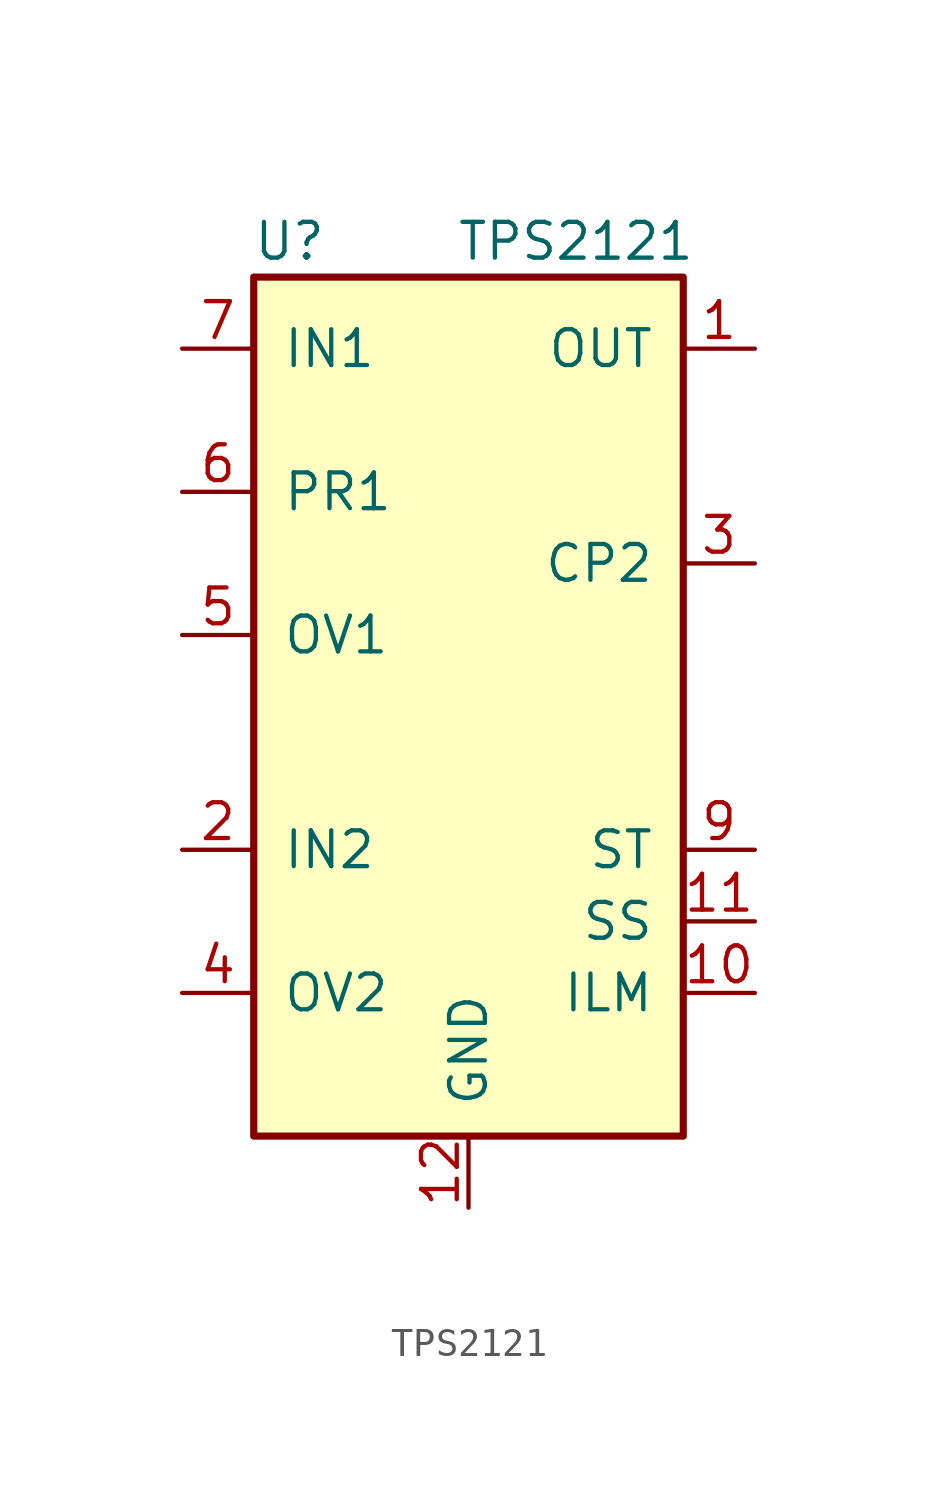
<source format=kicad_sym>
(kicad_symbol_lib
  (version 20220914)
  (generator kicad_symbol_editor)
  (symbol "TPS2121"
    (pin_names
      (offset 1.016))
    (property "Reference" "U"
      (at -6.35 16.51 0)
      (effects (font (size 1.27 1.27))))
    (property "Value" "TPS2121"
      (at 3.81 16.51 0)
      (effects (font (size 1.27 1.27))))
    (symbol "TPS2121_0_0"
      (rectangle (start -7.62 15.24) (end 7.62 -15.24) (stroke (width 0.254) (type default)) (fill (type background)))
      (pin output line (at 10.16 -10.16 180) (length 2.54) (name "ILM" (effects (font (size 1.27 1.27)))) (number "10" (effects (font (size 1.27 1.27)))))
      (pin output line (at 10.16 -7.62 180) (length 2.54) (name "SS" (effects (font (size 1.27 1.27)))) (number "11" (effects (font (size 1.27 1.27)))))
      (pin power_in line (at 0 -17.78 90) (length 2.54) (name "GND" (effects (font (size 1.27 1.27)))) (number "12" (effects (font (size 1.27 1.27)))))
      (pin power_in line (at -10.16 -5.08 0) (length 2.54) (name "IN2" (effects (font (size 1.27 1.27)))) (number "2" (effects (font (size 1.27 1.27)))))
      (pin input line (at 10.16 5.08 180) (length 2.54) (name "CP2" (effects (font (size 1.27 1.27)))) (number "3" (effects (font (size 1.27 1.27)))))
      (pin input line (at -10.16 -10.16 0) (length 2.54) (name "OV2" (effects (font (size 1.27 1.27)))) (number "4" (effects (font (size 1.27 1.27)))))
      (pin input line (at -10.16 2.54 0) (length 2.54) (name "OV1" (effects (font (size 1.27 1.27)))) (number "5" (effects (font (size 1.27 1.27)))))
      (pin input line (at -10.16 7.62 0) (length 2.54) (name "PR1" (effects (font (size 1.27 1.27)))) (number "6" (effects (font (size 1.27 1.27)))))
      (pin power_in line (at -10.16 12.7 0) (length 2.54) (name "IN1" (effects (font (size 1.27 1.27)))) (number "7" (effects (font (size 1.27 1.27)))))
      (pin output line (at 10.16 -5.08 180) (length 2.54) (name "ST" (effects (font (size 1.27 1.27)))) (number "9" (effects (font (size 1.27 1.27))))))
    (symbol "TPS2121_1_0"
      (pin power_out line (at 10.16 12.7 180) (length 2.54) (name "OUT" (effects (font (size 1.27 1.27)))) (number "1" (effects (font (size 1.27 1.27)))))
      (pin power_out line (at 10.16 12.7 180) (length 2.54) hide (name "OUT" (effects (font (size 1.27 1.27)))) (number "8" (effects (font (size 1.27 1.27))))))))
</source>
